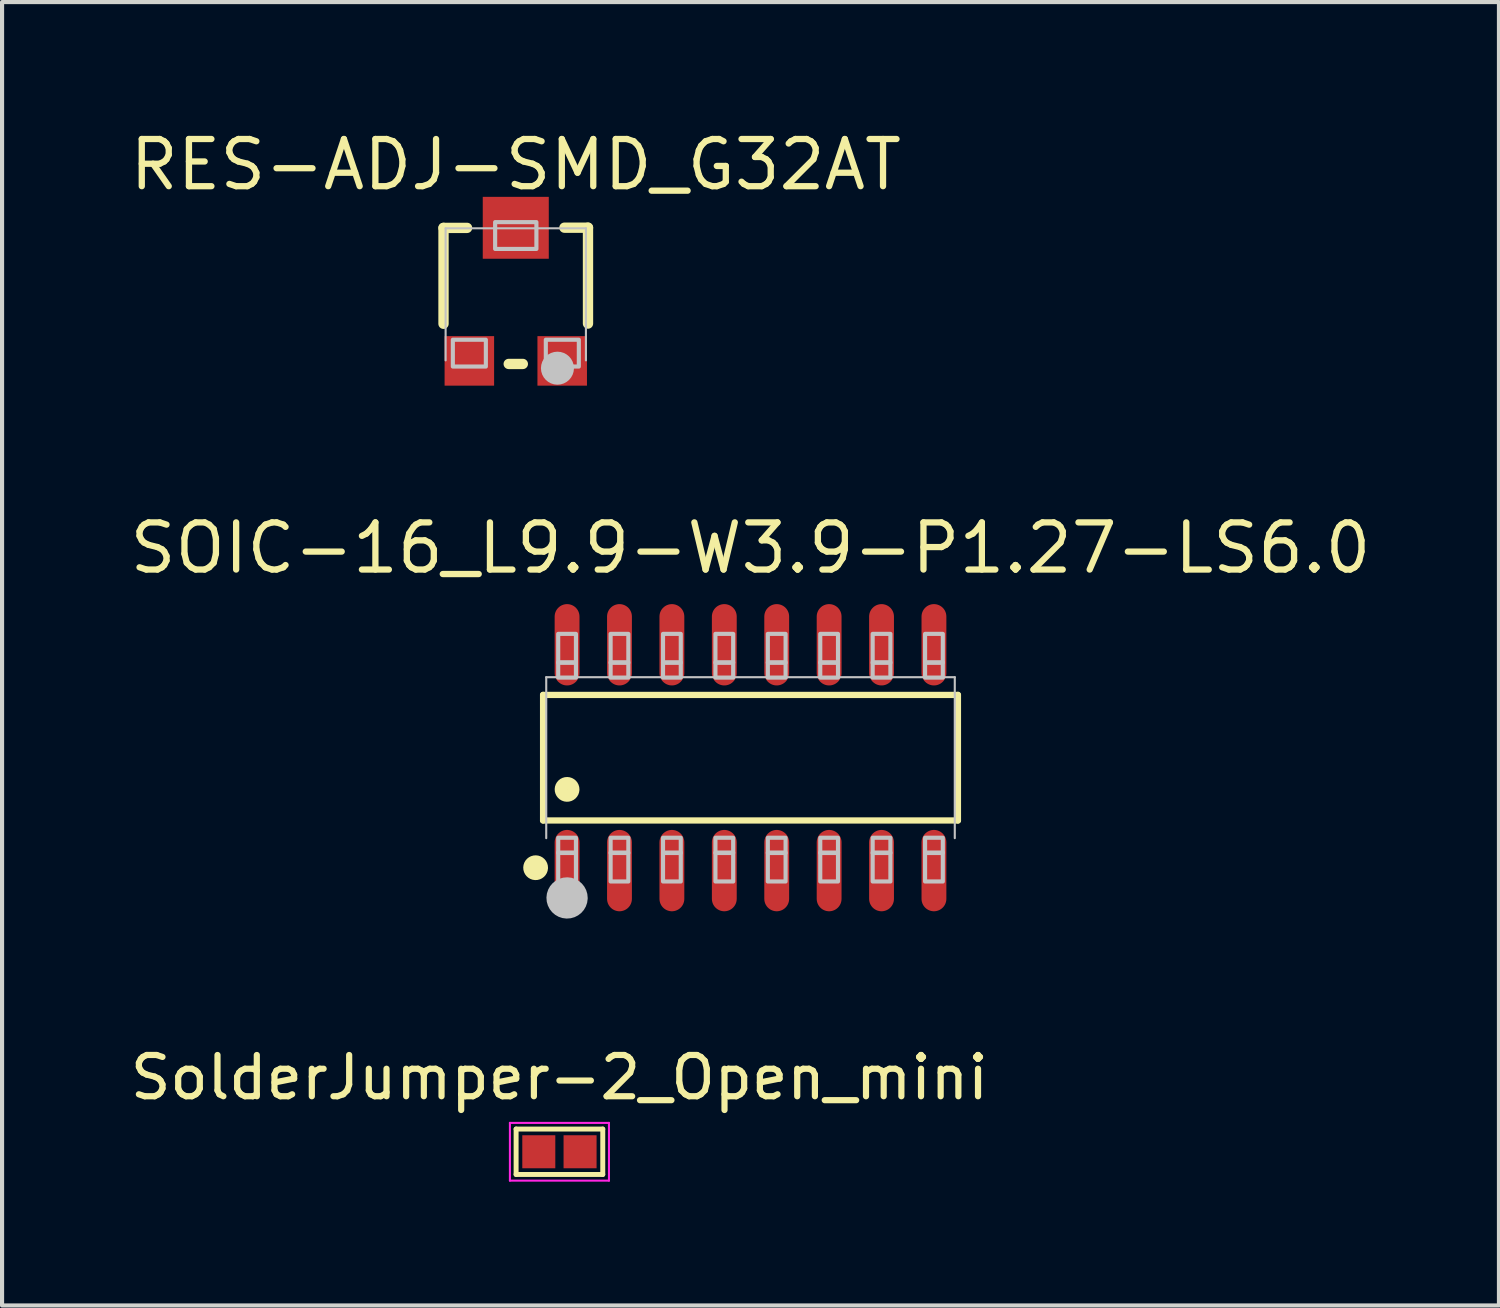
<source format=kicad_pcb>
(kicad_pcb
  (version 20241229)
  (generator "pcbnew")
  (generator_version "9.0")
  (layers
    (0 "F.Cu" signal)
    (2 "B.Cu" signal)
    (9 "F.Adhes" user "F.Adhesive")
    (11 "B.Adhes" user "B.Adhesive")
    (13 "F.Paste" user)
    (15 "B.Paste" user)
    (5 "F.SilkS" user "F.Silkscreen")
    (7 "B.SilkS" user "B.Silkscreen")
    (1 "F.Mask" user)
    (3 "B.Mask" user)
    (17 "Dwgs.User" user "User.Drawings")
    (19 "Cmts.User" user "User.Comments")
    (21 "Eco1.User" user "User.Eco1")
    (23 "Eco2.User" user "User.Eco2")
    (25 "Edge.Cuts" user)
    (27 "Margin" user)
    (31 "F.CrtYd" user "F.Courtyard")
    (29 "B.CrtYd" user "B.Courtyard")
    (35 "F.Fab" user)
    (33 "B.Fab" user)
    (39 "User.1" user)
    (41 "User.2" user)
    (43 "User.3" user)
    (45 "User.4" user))
  (footprint "SolderJumper-2_Open_mini"
    (layer "F.Cu")
    (at 10.506 24.859)
    (property "Reference" "SolderJumper-2_Open_mini" (at 0 -1.8 0) (layer "F.SilkS") (effects (font (size 1 1) (thickness 0.15))))
    (attr exclude_from_pos_files exclude_from_bom)
    (fp_line (start -1.05 -0.55) (end 1.05 -0.55) (stroke (width 0.12) (type solid)) (layer "F.SilkS"))
    (fp_line (start -1.05 0.55) (end -1.05 -0.55) (stroke (width 0.12) (type solid)) (layer "F.SilkS"))
    (fp_line (start 1.05 -0.55) (end 1.05 0.55) (stroke (width 0.12) (type solid)) (layer "F.SilkS"))
    (fp_line (start 1.05 0.55) (end -1.05 0.55) (stroke (width 0.12) (type solid)) (layer "F.SilkS"))
    (fp_line (start -1.2 -0.7) (end -1.2 0.7) (stroke (width 0.05) (type solid)) (layer "F.CrtYd"))
    (fp_line (start -1.2 -0.7) (end 1.2 -0.7) (stroke (width 0.05) (type solid)) (layer "F.CrtYd"))
    (fp_line (start 1.2 0.7) (end -1.2 0.7) (stroke (width 0.05) (type solid)) (layer "F.CrtYd"))
    (fp_line (start 1.2 0.7) (end 1.2 -0.7) (stroke (width 0.05) (type solid)) (layer "F.CrtYd"))
    (pad "1" smd rect (at -0.5 0) (size 0.8 0.8) (layers "F.Cu" "F.Mask"))
    (pad "2" smd rect (at 0.5 0) (size 0.8 0.8) (layers "F.Cu" "F.Mask")))
  (footprint "RES-ADJ-SMD_G32AT"
    (layer "F.Cu")
    (at 9.448 4.082)
    (property "Reference" "RES-ADJ-SMD_G32AT" (at 0 -3.81 0) (layer "F.SilkS") (effects (font (size 1.143 1.143) (thickness 0.152)) (justify top)))
    (attr smd)
    (fp_line (start -1.751 -1.61) (end -1.751 0.714) (stroke (width 0.25) (type solid)) (layer "F.SilkS"))
    (fp_line (start -1.18 -1.61) (end -1.751 -1.61) (stroke (width 0.25) (type solid)) (layer "F.SilkS"))
    (fp_line (start -0.171 1.687) (end 0.171 1.687) (stroke (width 0.25) (type solid)) (layer "F.SilkS"))
    (fp_line (start 1.75 -1.615) (end 1.179 -1.615) (stroke (width 0.25) (type solid)) (layer "F.SilkS"))
    (fp_line (start 1.75 -1.615) (end 1.75 0.709) (stroke (width 0.25) (type solid)) (layer "F.SilkS"))
    (fp_line (start -1.7 -1.6) (end 1.7 -1.6) (stroke (width 0.051) (type solid)) (layer "Dwgs.User"))
    (fp_line (start -1.7 1.6) (end -1.7 -1.6) (stroke (width 0.051) (type solid)) (layer "Dwgs.User"))
    (fp_line (start 1.7 -1.6) (end 1.7 1.6) (stroke (width 0.051) (type solid)) (layer "Dwgs.User"))
    (fp_arc (start 1.21 1.792) (mid 0.809968 1.786199) (end 1.21004 1.787601) (stroke (width 0.4) (type solid)) (layer "Dwgs.User"))
    (fp_poly (pts (xy -1.525 1.1) (xy -0.725 1.1) (xy -0.725 1.75) (xy -1.525 1.75) (xy -1.525 1.1)) (stroke (width 0.1) (type solid)) (fill no) (layer "Dwgs.User"))
    (fp_poly (pts (xy -0.5 -1.75) (xy 0.5 -1.75) (xy 0.5 -1.1) (xy -0.5 -1.1) (xy -0.5 -1.75)) (stroke (width 0.1) (type solid)) (fill no) (layer "Dwgs.User"))
    (fp_poly (pts (xy 0.728 1.1) (xy 1.528 1.1) (xy 1.528 1.75) (xy 0.728 1.75) (xy 0.728 1.1)) (stroke (width 0.1) (type solid)) (fill no) (layer "Dwgs.User"))
    (pad "1" smd rect (at 1.125 1.613) (size 1.2 1.2) (layers "F.Cu" "F.Mask" "F.Paste"))
    (pad "2" smd rect (at 0 -1.612) (size 1.6 1.5) (layers "F.Cu" "F.Mask" "F.Paste"))
    (pad "3" smd rect (at -1.125 1.613) (size 1.2 1.2) (layers "F.Cu" "F.Mask" "F.Paste")))
  (footprint "SOIC-16_L9.9-W3.9-P1.27-LS6.0"
    (layer "F.Cu")
    (at 15.136 15.31)
    (property "Reference" "SOIC-16_L9.9-W3.9-P1.27-LS6.0" (at 0 -5.08 0) (layer "F.SilkS") (effects (font (size 1.143 1.143) (thickness 0.152))))
    (attr smd)
    (fp_line (start -5.026 -1.521) (end 5.026 -1.521) (stroke (width 0.152) (type solid)) (layer "F.SilkS"))
    (fp_line (start -5.026 1.521) (end -5.026 -1.521) (stroke (width 0.152) (type solid)) (layer "F.SilkS"))
    (fp_line (start 5.026 -1.521) (end 5.026 1.521) (stroke (width 0.152) (type solid)) (layer "F.SilkS"))
    (fp_line (start 5.026 1.521) (end -5.026 1.521) (stroke (width 0.152) (type solid)) (layer "F.SilkS"))
    (fp_arc (start -5.057 2.674) (mid -5.357118 2.663326) (end -5.056837 2.667346) (stroke (width 0.3) (type solid)) (layer "F.SilkS"))
    (fp_arc (start -4.295 0.776) (mid -4.595118 0.765326) (end -4.294837 0.769346) (stroke (width 0.3) (type solid)) (layer "F.SilkS"))
    (fp_line (start -4.95 -1.95) (end 4.95 -1.95) (stroke (width 0.051) (type solid)) (layer "Dwgs.User"))
    (fp_line (start -4.95 1.95) (end -4.95 -1.95) (stroke (width 0.051) (type solid)) (layer "Dwgs.User"))
    (fp_line (start 4.95 -1.95) (end 4.95 1.95) (stroke (width 0.051) (type solid)) (layer "Dwgs.User"))
    (fp_arc (start -4.195 3.406) (mid -4.695051 3.396749) (end -4.194929 3.400501) (stroke (width 0.5) (type solid)) (layer "Dwgs.User"))
    (fp_poly (pts (xy -4.66 -3) (xy -4.66 -2.3) (xy -4.23 -2.3) (xy -4.23 -3) (xy -4.66 -3)) (stroke (width 0.1) (type solid)) (fill no) (layer "Dwgs.User"))
    (fp_poly (pts (xy -4.66 -2.31) (xy -4.66 -1.94) (xy -4.23 -1.94) (xy -4.23 -2.31) (xy -4.66 -2.31)) (stroke (width 0.1) (type solid)) (fill no) (layer "Dwgs.User"))
    (fp_poly (pts (xy -4.66 2.31) (xy -4.66 1.94) (xy -4.23 1.94) (xy -4.23 2.31) (xy -4.66 2.31)) (stroke (width 0.1) (type solid)) (fill no) (layer "Dwgs.User"))
    (fp_poly (pts (xy -4.66 3) (xy -4.66 2.3) (xy -4.23 2.3) (xy -4.23 3) (xy -4.66 3)) (stroke (width 0.1) (type solid)) (fill no) (layer "Dwgs.User"))
    (fp_poly (pts (xy -3.39 -3) (xy -3.39 -2.3) (xy -2.96 -2.3) (xy -2.96 -3) (xy -3.39 -3)) (stroke (width 0.1) (type solid)) (fill no) (layer "Dwgs.User"))
    (fp_poly (pts (xy -3.39 -2.31) (xy -3.39 -1.94) (xy -2.96 -1.94) (xy -2.96 -2.31) (xy -3.39 -2.31)) (stroke (width 0.1) (type solid)) (fill no) (layer "Dwgs.User"))
    (fp_poly (pts (xy -3.39 2.31) (xy -3.39 1.94) (xy -2.96 1.94) (xy -2.96 2.31) (xy -3.39 2.31)) (stroke (width 0.1) (type solid)) (fill no) (layer "Dwgs.User"))
    (fp_poly (pts (xy -3.39 3) (xy -3.39 2.3) (xy -2.96 2.3) (xy -2.96 3) (xy -3.39 3)) (stroke (width 0.1) (type solid)) (fill no) (layer "Dwgs.User"))
    (fp_poly (pts (xy -2.12 -3) (xy -2.12 -2.3) (xy -1.69 -2.3) (xy -1.69 -3) (xy -2.12 -3)) (stroke (width 0.1) (type solid)) (fill no) (layer "Dwgs.User"))
    (fp_poly (pts (xy -2.12 -2.31) (xy -2.12 -1.94) (xy -1.69 -1.94) (xy -1.69 -2.31) (xy -2.12 -2.31)) (stroke (width 0.1) (type solid)) (fill no) (layer "Dwgs.User"))
    (fp_poly (pts (xy -2.12 2.31) (xy -2.12 1.94) (xy -1.69 1.94) (xy -1.69 2.31) (xy -2.12 2.31)) (stroke (width 0.1) (type solid)) (fill no) (layer "Dwgs.User"))
    (fp_poly (pts (xy -2.12 3) (xy -2.12 2.3) (xy -1.69 2.3) (xy -1.69 3) (xy -2.12 3)) (stroke (width 0.1) (type solid)) (fill no) (layer "Dwgs.User"))
    (fp_poly (pts (xy -0.85 -3) (xy -0.85 -2.3) (xy -0.42 -2.3) (xy -0.42 -3) (xy -0.85 -3)) (stroke (width 0.1) (type solid)) (fill no) (layer "Dwgs.User"))
    (fp_poly (pts (xy -0.85 -2.31) (xy -0.85 -1.94) (xy -0.42 -1.94) (xy -0.42 -2.31) (xy -0.85 -2.31)) (stroke (width 0.1) (type solid)) (fill no) (layer "Dwgs.User"))
    (fp_poly (pts (xy -0.85 2.31) (xy -0.85 1.94) (xy -0.42 1.94) (xy -0.42 2.31) (xy -0.85 2.31)) (stroke (width 0.1) (type solid)) (fill no) (layer "Dwgs.User"))
    (fp_poly (pts (xy -0.85 3) (xy -0.85 2.3) (xy -0.42 2.3) (xy -0.42 3) (xy -0.85 3)) (stroke (width 0.1) (type solid)) (fill no) (layer "Dwgs.User"))
    (fp_poly (pts (xy 0.42 -3) (xy 0.42 -2.3) (xy 0.85 -2.3) (xy 0.85 -3) (xy 0.42 -3)) (stroke (width 0.1) (type solid)) (fill no) (layer "Dwgs.User"))
    (fp_poly (pts (xy 0.42 -2.31) (xy 0.42 -1.94) (xy 0.85 -1.94) (xy 0.85 -2.31) (xy 0.42 -2.31)) (stroke (width 0.1) (type solid)) (fill no) (layer "Dwgs.User"))
    (fp_poly (pts (xy 0.42 2.31) (xy 0.42 1.94) (xy 0.85 1.94) (xy 0.85 2.31) (xy 0.42 2.31)) (stroke (width 0.1) (type solid)) (fill no) (layer "Dwgs.User"))
    (fp_poly (pts (xy 0.42 3) (xy 0.42 2.3) (xy 0.85 2.3) (xy 0.85 3) (xy 0.42 3)) (stroke (width 0.1) (type solid)) (fill no) (layer "Dwgs.User"))
    (fp_poly (pts (xy 1.69 -3) (xy 1.69 -2.3) (xy 2.12 -2.3) (xy 2.12 -3) (xy 1.69 -3)) (stroke (width 0.1) (type solid)) (fill no) (layer "Dwgs.User"))
    (fp_poly (pts (xy 1.69 -2.31) (xy 1.69 -1.94) (xy 2.12 -1.94) (xy 2.12 -2.31) (xy 1.69 -2.31)) (stroke (width 0.1) (type solid)) (fill no) (layer "Dwgs.User"))
    (fp_poly (pts (xy 1.69 2.31) (xy 1.69 1.94) (xy 2.12 1.94) (xy 2.12 2.31) (xy 1.69 2.31)) (stroke (width 0.1) (type solid)) (fill no) (layer "Dwgs.User"))
    (fp_poly (pts (xy 1.69 3) (xy 1.69 2.3) (xy 2.12 2.3) (xy 2.12 3) (xy 1.69 3)) (stroke (width 0.1) (type solid)) (fill no) (layer "Dwgs.User"))
    (fp_poly (pts (xy 2.96 -3) (xy 2.96 -2.3) (xy 3.39 -2.3) (xy 3.39 -3) (xy 2.96 -3)) (stroke (width 0.1) (type solid)) (fill no) (layer "Dwgs.User"))
    (fp_poly (pts (xy 2.96 -2.31) (xy 2.96 -1.94) (xy 3.39 -1.94) (xy 3.39 -2.31) (xy 2.96 -2.31)) (stroke (width 0.1) (type solid)) (fill no) (layer "Dwgs.User"))
    (fp_poly (pts (xy 2.96 2.31) (xy 2.96 1.94) (xy 3.39 1.94) (xy 3.39 2.31) (xy 2.96 2.31)) (stroke (width 0.1) (type solid)) (fill no) (layer "Dwgs.User"))
    (fp_poly (pts (xy 2.96 3) (xy 2.96 2.3) (xy 3.39 2.3) (xy 3.39 3) (xy 2.96 3)) (stroke (width 0.1) (type solid)) (fill no) (layer "Dwgs.User"))
    (fp_poly (pts (xy 4.23 -3) (xy 4.23 -2.3) (xy 4.66 -2.3) (xy 4.66 -3) (xy 4.23 -3)) (stroke (width 0.1) (type solid)) (fill no) (layer "Dwgs.User"))
    (fp_poly (pts (xy 4.23 -2.31) (xy 4.23 -1.94) (xy 4.66 -1.94) (xy 4.66 -2.31) (xy 4.23 -2.31)) (stroke (width 0.1) (type solid)) (fill no) (layer "Dwgs.User"))
    (fp_poly (pts (xy 4.23 2.31) (xy 4.23 1.94) (xy 4.66 1.94) (xy 4.66 2.31) (xy 4.23 2.31)) (stroke (width 0.1) (type solid)) (fill no) (layer "Dwgs.User"))
    (fp_poly (pts (xy 4.23 3) (xy 4.23 2.3) (xy 4.66 2.3) (xy 4.66 3) (xy 4.23 3)) (stroke (width 0.1) (type solid)) (fill no) (layer "Dwgs.User"))
    (pad "1" smd oval (at -4.445 2.736) (size 0.602 1.971) (layers "F.Cu" "F.Mask" "F.Paste"))
    (pad "2" smd oval (at -3.175 2.736) (size 0.602 1.971) (layers "F.Cu" "F.Mask" "F.Paste"))
    (pad "3" smd oval (at -1.905 2.736) (size 0.602 1.971) (layers "F.Cu" "F.Mask" "F.Paste"))
    (pad "4" smd oval (at -0.635 2.736) (size 0.602 1.971) (layers "F.Cu" "F.Mask" "F.Paste"))
    (pad "5" smd oval (at 0.635 2.736) (size 0.602 1.971) (layers "F.Cu" "F.Mask" "F.Paste"))
    (pad "6" smd oval (at 1.905 2.736) (size 0.602 1.971) (layers "F.Cu" "F.Mask" "F.Paste"))
    (pad "7" smd oval (at 3.175 2.736) (size 0.602 1.971) (layers "F.Cu" "F.Mask" "F.Paste"))
    (pad "8" smd oval (at 4.445 2.736) (size 0.602 1.971) (layers "F.Cu" "F.Mask" "F.Paste"))
    (pad "9" smd oval (at 4.445 -2.736) (size 0.602 1.971) (layers "F.Cu" "F.Mask" "F.Paste"))
    (pad "10" smd oval (at 3.175 -2.736) (size 0.602 1.971) (layers "F.Cu" "F.Mask" "F.Paste"))
    (pad "11" smd oval (at 1.905 -2.736) (size 0.602 1.971) (layers "F.Cu" "F.Mask" "F.Paste"))
    (pad "12" smd oval (at 0.635 -2.736) (size 0.602 1.971) (layers "F.Cu" "F.Mask" "F.Paste"))
    (pad "13" smd oval (at -0.635 -2.736) (size 0.602 1.971) (layers "F.Cu" "F.Mask" "F.Paste"))
    (pad "14" smd oval (at -1.905 -2.736) (size 0.602 1.971) (layers "F.Cu" "F.Mask" "F.Paste"))
    (pad "15" smd oval (at -3.175 -2.736) (size 0.602 1.971) (layers "F.Cu" "F.Mask" "F.Paste"))
    (pad "16" smd oval (at -4.445 -2.736) (size 0.602 1.971) (layers "F.Cu" "F.Mask" "F.Paste")))
  (gr_rect
    (start -3 -3)
    (end 33.272 28.584)
    (stroke (width 0.1) (type default))
    (fill no)
    (layer "Edge.Cuts")))
</source>
